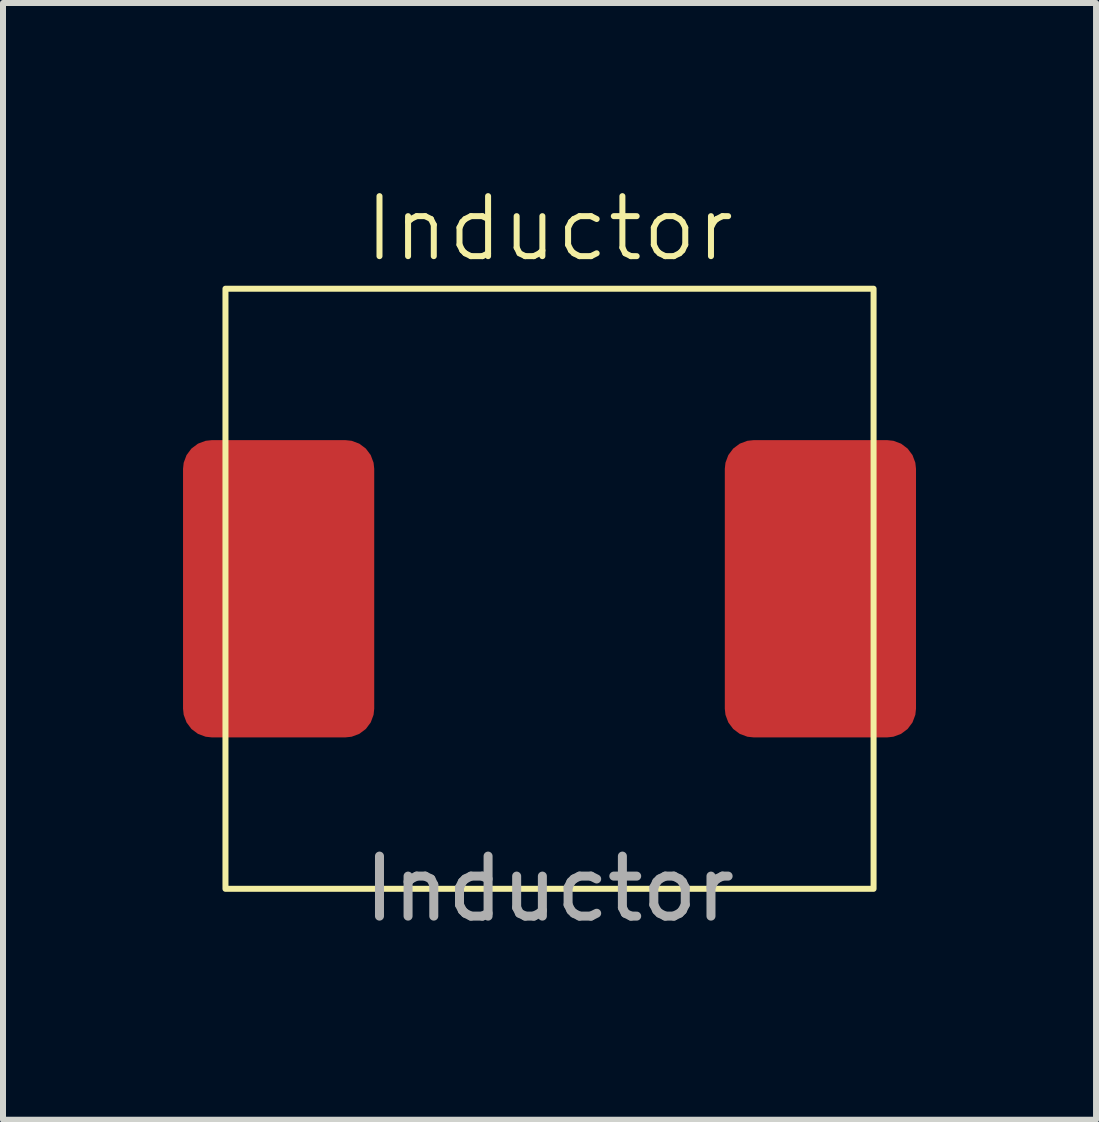
<source format=kicad_pcb>
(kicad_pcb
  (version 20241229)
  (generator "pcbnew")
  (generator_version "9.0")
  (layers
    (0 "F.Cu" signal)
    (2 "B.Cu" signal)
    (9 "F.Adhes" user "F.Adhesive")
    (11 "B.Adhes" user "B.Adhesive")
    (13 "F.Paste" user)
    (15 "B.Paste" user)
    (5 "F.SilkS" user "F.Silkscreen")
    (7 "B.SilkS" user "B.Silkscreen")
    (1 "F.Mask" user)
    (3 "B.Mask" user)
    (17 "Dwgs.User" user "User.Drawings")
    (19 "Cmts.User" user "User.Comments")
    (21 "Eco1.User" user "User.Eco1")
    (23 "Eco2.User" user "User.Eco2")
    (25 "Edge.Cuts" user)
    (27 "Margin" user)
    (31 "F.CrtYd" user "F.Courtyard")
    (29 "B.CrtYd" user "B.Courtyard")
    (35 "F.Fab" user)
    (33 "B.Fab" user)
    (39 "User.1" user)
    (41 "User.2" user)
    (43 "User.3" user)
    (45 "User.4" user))
  (footprint "Inductor"
    (layer "F.Cu")
    (at 6.107 6.761)
    (property "Reference" "Inductor" (at 0 -6 0) (unlocked yes) (layer "F.SilkS") (effects (font (size 1 1) (thickness 0.1))))
    (attr smd)
    (fp_rect (start -5.4 -5) (end 5.4 5) (stroke (width 0.1) (type solid)) (fill no) (layer "F.SilkS"))
    (fp_text user "${REFERENCE}" (at 0 5 0) (unlocked yes) (layer "F.Fab") (effects (font (size 1 1) (thickness 0.15))))
    (pad "1" smd roundrect (at -4.514 0) (size 3.186 4.953) (layers "F.Cu" "F.Mask" "F.Paste") (roundrect_rratio 0.15))
    (pad "2" smd roundrect (at 4.514 0) (size 3.186 4.953) (layers "F.Cu" "F.Mask" "F.Paste") (roundrect_rratio 0.15)))
  (gr_rect
    (start -3 -3)
    (end 15.214 15.609)
    (stroke (width 0.1) (type default))
    (fill no)
    (layer "Edge.Cuts")))
</source>
